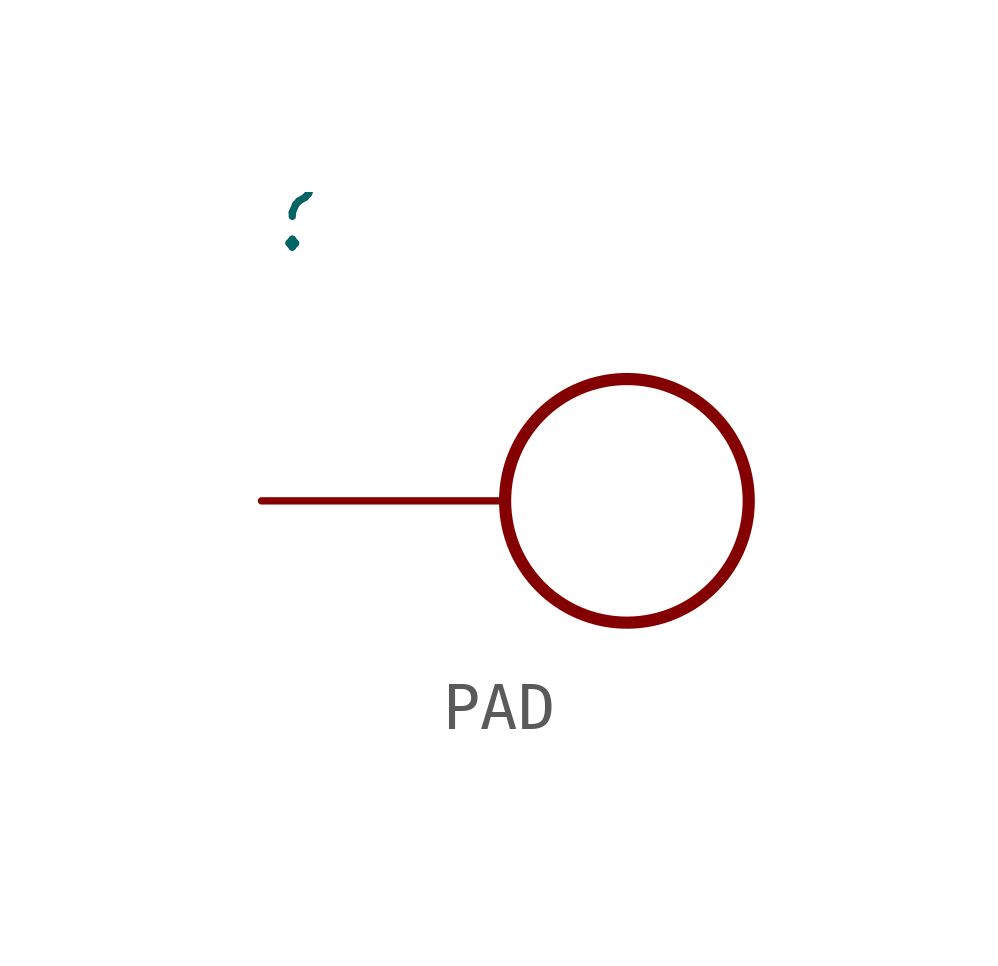
<source format=kicad_sym>
(kicad_symbol_lib
  (version 20241209)
  (generator "kicad_symbol_editor")
  (generator_version "9.0")
  (symbol "PAD"
    (property "Reference" ""
      (at -7.62 5.08 0)
      (effects (font (size 1.676 1.425)) (justify left bottom)))
    (property "ki_locked" ""
      (at 0 0 0)
      (effects (font (size 1.27 1.27))))
    (symbol "PAD_1_0"
      (circle (center 0 0) (radius 2.54) (stroke (width 0.254) (type solid)) (fill (type none)))
      (pin bidirectional line (at -7.62 0 0) (length 5.08) (name "P$1" (effects (font (size 0 0)))) (number "1" (effects (font (size 0 0))))))))
</source>
